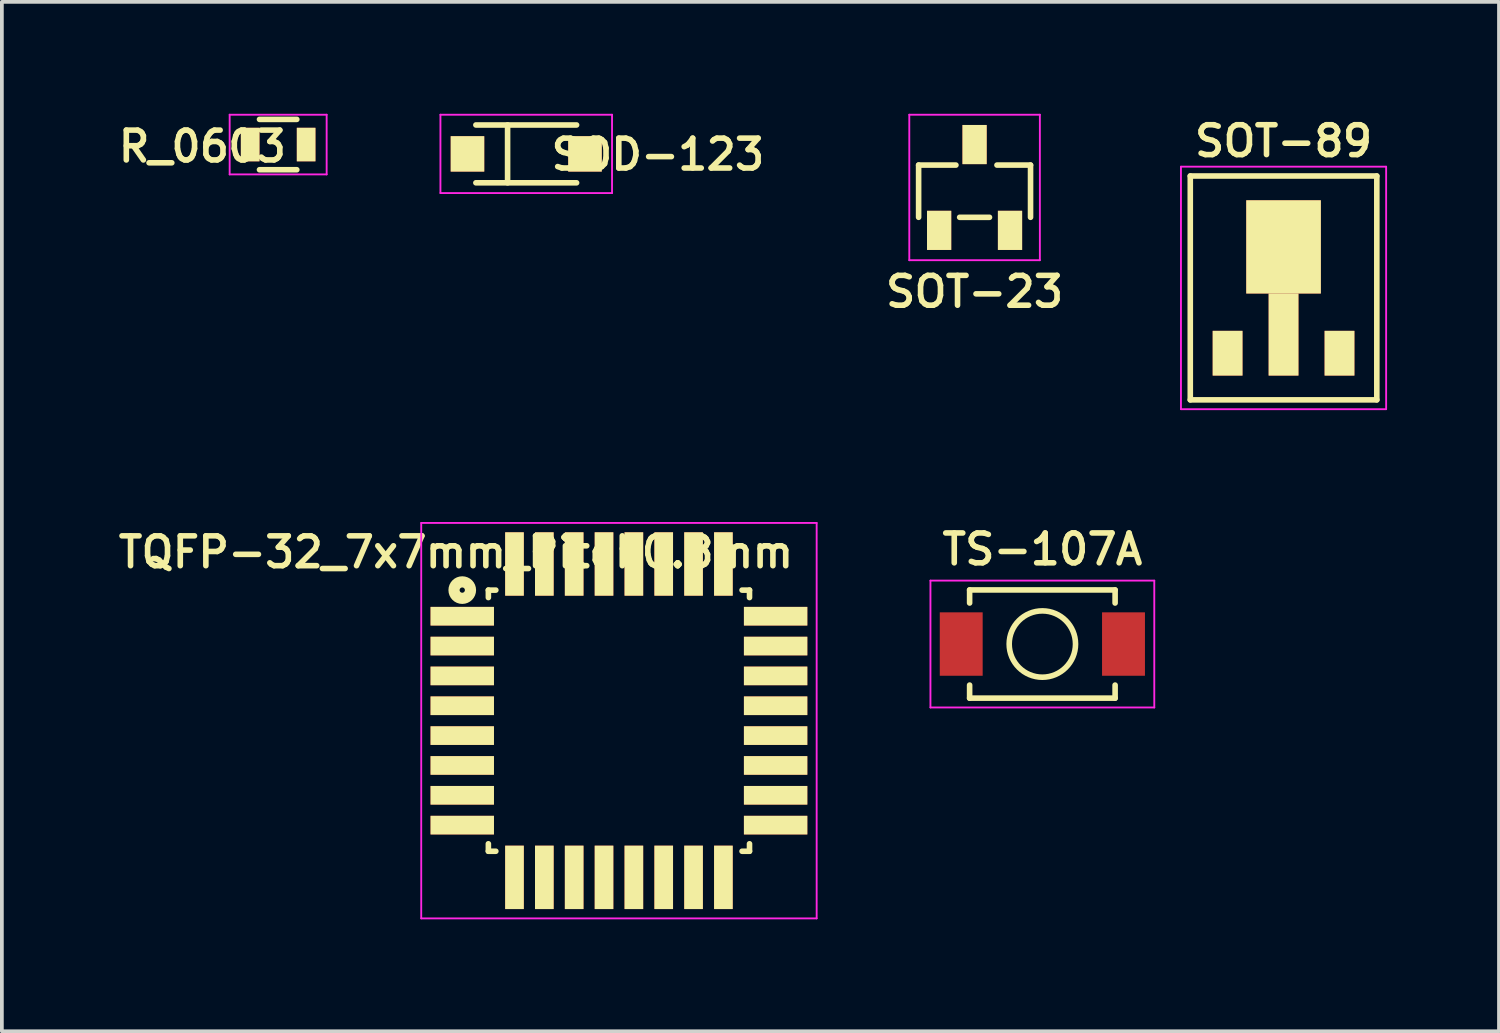
<source format=kicad_pcb>
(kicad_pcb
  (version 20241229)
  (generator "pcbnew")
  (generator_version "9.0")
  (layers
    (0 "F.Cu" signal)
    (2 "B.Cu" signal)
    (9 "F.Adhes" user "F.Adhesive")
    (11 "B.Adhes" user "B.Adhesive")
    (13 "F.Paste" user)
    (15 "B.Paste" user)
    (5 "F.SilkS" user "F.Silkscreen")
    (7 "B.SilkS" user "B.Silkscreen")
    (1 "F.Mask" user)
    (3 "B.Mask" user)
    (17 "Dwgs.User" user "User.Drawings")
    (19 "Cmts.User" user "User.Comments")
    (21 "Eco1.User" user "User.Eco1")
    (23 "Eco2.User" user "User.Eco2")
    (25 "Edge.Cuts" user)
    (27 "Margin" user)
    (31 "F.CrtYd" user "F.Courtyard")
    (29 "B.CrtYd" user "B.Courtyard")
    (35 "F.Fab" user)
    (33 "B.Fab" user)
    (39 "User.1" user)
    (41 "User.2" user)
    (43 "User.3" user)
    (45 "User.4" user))
  (footprint "TS-107A"
    (layer "F.Cu")
    (at 24.891 14.214)
    (property "Reference" "TS-107A" (at 0 -2.54 0) (layer "F.SilkS") (effects (font (size 0.8 0.8) (thickness 0.15))))
    (attr through_hole)
    (fp_line (start -1.95 -1.45) (end 1.95 -1.45) (stroke (width 0.15) (type solid)) (layer "F.SilkS"))
    (fp_line (start -1.95 -1.1) (end -1.95 -1.45) (stroke (width 0.15) (type solid)) (layer "F.SilkS"))
    (fp_line (start -1.95 1.1) (end -1.95 1.45) (stroke (width 0.15) (type solid)) (layer "F.SilkS"))
    (fp_line (start -1.95 1.45) (end 1.95 1.45) (stroke (width 0.15) (type solid)) (layer "F.SilkS"))
    (fp_line (start 1.95 -1.45) (end 1.95 -1.1) (stroke (width 0.15) (type solid)) (layer "F.SilkS"))
    (fp_line (start 1.95 1.45) (end 1.95 1.1) (stroke (width 0.15) (type solid)) (layer "F.SilkS"))
    (fp_circle (center 0 0) (end -0.889 0) (stroke (width 0.15) (type solid)) (fill no) (layer "F.SilkS"))
    (fp_line (start -3 -1.7) (end 3 -1.7) (stroke (width 0.05) (type solid)) (layer "F.CrtYd"))
    (fp_line (start -3 1.7) (end -3 -1.7) (stroke (width 0.05) (type solid)) (layer "F.CrtYd"))
    (fp_line (start 3 -1.7) (end 3 1.7) (stroke (width 0.05) (type solid)) (layer "F.CrtYd"))
    (fp_line (start 3 1.7) (end -3 1.7) (stroke (width 0.05) (type solid)) (layer "F.CrtYd"))
    (pad "1" smd rect (at -2.175 0) (size 1.15 1.7) (layers "F.Cu" "F.Mask" "F.Paste"))
    (pad "2" smd rect (at 2.175 0) (size 1.15 1.7) (layers "F.Cu" "F.Mask" "F.Paste")))
  (footprint "SOT-23"
    (layer "F.Cu")
    (at 23.074 1.975)
    (property "Reference" "SOT-23" (at 0 2.794 0) (layer "F.SilkS") (effects (font (size 0.8 0.8) (thickness 0.15))))
    (attr smd)
    (fp_line (start -1.5 -0.6) (end -0.5 -0.6) (stroke (width 0.15) (type solid)) (layer "F.SilkS"))
    (fp_line (start -1.5 0.8) (end -1.5 -0.6) (stroke (width 0.15) (type solid)) (layer "F.SilkS"))
    (fp_line (start -0.4 0.8) (end 0.4 0.8) (stroke (width 0.15) (type solid)) (layer "F.SilkS"))
    (fp_line (start 0.6 -0.6) (end 1.5 -0.6) (stroke (width 0.15) (type solid)) (layer "F.SilkS"))
    (fp_line (start 1.5 0.8) (end 1.5 -0.6) (stroke (width 0.15) (type solid)) (layer "F.SilkS"))
    (fp_line (start -1.75 -1.95) (end -1.75 1.95) (stroke (width 0.05) (type solid)) (layer "F.CrtYd"))
    (fp_line (start -1.75 1.95) (end 1.75 1.95) (stroke (width 0.05) (type solid)) (layer "F.CrtYd"))
    (fp_line (start 1.75 -1.95) (end -1.75 -1.95) (stroke (width 0.05) (type solid)) (layer "F.CrtYd"))
    (fp_line (start 1.75 1.95) (end 1.75 -1.95) (stroke (width 0.05) (type solid)) (layer "F.CrtYd"))
    (pad "1" smd rect (at -0.95 1.15) (size 0.65 1.05) (layers "F.Cu" "F.Mask" "F.SilkS" "F.Paste"))
    (pad "2" smd rect (at 0.95 1.15) (size 0.65 1.05) (layers "F.Cu" "F.Mask" "F.SilkS" "F.Paste"))
    (pad "3" smd rect (at 0 -1.15) (size 0.65 1.05) (layers "F.Cu" "F.Mask" "F.SilkS" "F.Paste")))
  (footprint "SOD-123"
    (layer "F.Cu")
    (at 11.056 1.075)
    (property "Reference" "SOD-123" (at 3.529 0.016 0) (layer "F.SilkS") (effects (font (size 0.8 0.8) (thickness 0.15))))
    (attr smd)
    (fp_line (start -1.35 -0.775) (end 1.35 -0.775) (stroke (width 0.15) (type solid)) (layer "F.SilkS"))
    (fp_line (start -1.35 0.775) (end 1.35 0.775) (stroke (width 0.15) (type solid)) (layer "F.SilkS"))
    (fp_line (start -0.5 -0.775) (end -0.5 0.775) (stroke (width 0.15) (type solid)) (layer "F.SilkS"))
    (fp_line (start -2.3 -1.05) (end -2.3 1.05) (stroke (width 0.05) (type solid)) (layer "F.CrtYd"))
    (fp_line (start -2.3 1.05) (end 2.3 1.05) (stroke (width 0.05) (type solid)) (layer "F.CrtYd"))
    (fp_line (start 2.3 -1.05) (end -2.3 -1.05) (stroke (width 0.05) (type solid)) (layer "F.CrtYd"))
    (fp_line (start 2.3 1.05) (end 2.3 -1.05) (stroke (width 0.05) (type solid)) (layer "F.CrtYd"))
    (pad "1" smd rect (at -1.575 0) (size 0.9 0.95) (layers "F.Cu" "F.Mask" "F.SilkS" "F.Paste"))
    (pad "2" smd rect (at 1.575 0) (size 0.9 0.95) (layers "F.Cu" "F.Mask" "F.SilkS" "F.Paste")))
  (footprint "R_0603"
    (layer "F.Cu")
    (at 4.406 0.825)
    (property "Reference" "R_0603" (at -2.032 0.05 0) (layer "F.SilkS") (effects (font (size 0.8 0.8) (thickness 0.15))))
    (attr smd)
    (fp_line (start -0.5 -0.675) (end 0.5 -0.675) (stroke (width 0.15) (type solid)) (layer "F.SilkS"))
    (fp_line (start 0.5 0.675) (end -0.5 0.675) (stroke (width 0.15) (type solid)) (layer "F.SilkS"))
    (fp_line (start -1.3 -0.8) (end -1.3 0.8) (stroke (width 0.05) (type solid)) (layer "F.CrtYd"))
    (fp_line (start -1.3 -0.8) (end 1.3 -0.8) (stroke (width 0.05) (type solid)) (layer "F.CrtYd"))
    (fp_line (start -1.3 0.8) (end 1.3 0.8) (stroke (width 0.05) (type solid)) (layer "F.CrtYd"))
    (fp_line (start 1.3 -0.8) (end 1.3 0.8) (stroke (width 0.05) (type solid)) (layer "F.CrtYd"))
    (pad "1" smd rect (at -0.75 0) (size 0.5 0.9) (layers "F.Cu" "F.Mask" "F.SilkS" "F.Paste"))
    (pad "2" smd rect (at 0.75 0) (size 0.5 0.9) (layers "F.Cu" "F.Mask" "F.SilkS" "F.Paste")))
  (footprint "SOT-89"
    (layer "F.Cu")
    (at 31.356 4.668)
    (property "Reference" "SOT-89" (at 0 -3.937 0) (layer "F.SilkS") (effects (font (size 0.8 0.8) (thickness 0.15))))
    (attr smd)
    (fp_line (start -2.5 -3) (end -2.5 3) (stroke (width 0.15) (type solid)) (layer "F.SilkS"))
    (fp_line (start -2.5 -3) (end 2.5 -3) (stroke (width 0.15) (type solid)) (layer "F.SilkS"))
    (fp_line (start 2.5 -3) (end 2.5 3) (stroke (width 0.15) (type solid)) (layer "F.SilkS"))
    (fp_line (start 2.5 3) (end -2.5 3) (stroke (width 0.15) (type solid)) (layer "F.SilkS"))
    (fp_line (start -2.75 -3.25) (end -2.75 3.25) (stroke (width 0.05) (type solid)) (layer "F.CrtYd"))
    (fp_line (start -2.75 3.25) (end 2.75 3.25) (stroke (width 0.05) (type solid)) (layer "F.CrtYd"))
    (fp_line (start 2.75 -3.25) (end -2.75 -3.25) (stroke (width 0.05) (type solid)) (layer "F.CrtYd"))
    (fp_line (start 2.75 3.25) (end 2.75 -3.25) (stroke (width 0.05) (type solid)) (layer "F.CrtYd"))
    (pad "1" smd rect (at -1.5 1.75) (size 0.8 1.2) (layers "F.Cu" "F.Mask" "F.SilkS" "F.Paste"))
    (pad "2" smd rect (at 0 0) (size 2 2.5) (drill (offset 0 -1.1)) (layers "F.Cu" "F.Mask" "F.SilkS" "F.Paste"))
    (pad "2" smd rect (at 0 1.1) (size 0.8 2.2) (drill (offset 0 0.15)) (layers "F.Cu" "F.Mask" "F.SilkS" "F.Paste"))
    (pad "3" smd rect (at 1.5 1.75) (size 0.8 1.2) (layers "F.Cu" "F.Mask" "F.SilkS" "F.Paste")))
  (footprint "TQFP-32_7x7mm_Pitch0.8mm"
    (layer "F.Cu")
    (at 13.541 16.268)
    (property "Reference" "TQFP-32_7x7mm_Pitch0.8mm" (at -4.368 -4.517 0) (layer "F.SilkS") (effects (font (size 0.8 0.8) (thickness 0.15))))
    (attr smd)
    (fp_line (start -3.5 -3.5) (end -3.5 -3.3) (stroke (width 0.15) (type solid)) (layer "F.SilkS"))
    (fp_line (start -3.5 -3.5) (end -3.3 -3.5) (stroke (width 0.15) (type solid)) (layer "F.SilkS"))
    (fp_line (start -3.5 3.5) (end -3.5 3.3) (stroke (width 0.15) (type solid)) (layer "F.SilkS"))
    (fp_line (start -3.5 3.5) (end -3.3 3.5) (stroke (width 0.15) (type solid)) (layer "F.SilkS"))
    (fp_line (start 3.5 -3.5) (end 3.3 -3.5) (stroke (width 0.15) (type solid)) (layer "F.SilkS"))
    (fp_line (start 3.5 -3.5) (end 3.5 -3.3) (stroke (width 0.15) (type solid)) (layer "F.SilkS"))
    (fp_line (start 3.5 3.5) (end 3.3 3.5) (stroke (width 0.15) (type solid)) (layer "F.SilkS"))
    (fp_line (start 3.5 3.5) (end 3.5 3.3) (stroke (width 0.15) (type solid)) (layer "F.SilkS"))
    (fp_circle (center -4.2 -3.5) (end -4.25 -3.55) (stroke (width 0.3) (type solid)) (fill no) (layer "F.SilkS"))
    (fp_line (start -5.3 -5.3) (end -5.3 5.3) (stroke (width 0.05) (type solid)) (layer "F.CrtYd"))
    (fp_line (start -5.3 -5.3) (end 5.3 -5.3) (stroke (width 0.05) (type solid)) (layer "F.CrtYd"))
    (fp_line (start -5.3 5.3) (end 5.3 5.3) (stroke (width 0.05) (type solid)) (layer "F.CrtYd"))
    (fp_line (start 5.3 -5.3) (end 5.3 5.3) (stroke (width 0.05) (type solid)) (layer "F.CrtYd"))
    (pad "1" smd rect (at -4.2 -2.8) (size 1.7 0.5) (layers "F.Cu" "F.Mask" "F.SilkS" "F.Paste"))
    (pad "2" smd rect (at -4.2 -2) (size 1.7 0.5) (layers "F.Cu" "F.Mask" "F.SilkS" "F.Paste"))
    (pad "3" smd rect (at -4.2 -1.2) (size 1.7 0.5) (layers "F.Cu" "F.Mask" "F.SilkS" "F.Paste"))
    (pad "4" smd rect (at -4.2 -0.4) (size 1.7 0.5) (layers "F.Cu" "F.Mask" "F.SilkS" "F.Paste"))
    (pad "5" smd rect (at -4.2 0.4) (size 1.7 0.5) (layers "F.Cu" "F.Mask" "F.SilkS" "F.Paste"))
    (pad "6" smd rect (at -4.2 1.2) (size 1.7 0.5) (layers "F.Cu" "F.Mask" "F.SilkS" "F.Paste"))
    (pad "7" smd rect (at -4.2 2) (size 1.7 0.5) (layers "F.Cu" "F.Mask" "F.SilkS" "F.Paste"))
    (pad "8" smd rect (at -4.2 2.8) (size 1.7 0.5) (layers "F.Cu" "F.Mask" "F.SilkS" "F.Paste"))
    (pad "9" smd rect (at -2.8 4.2 90) (size 1.7 0.5) (layers "F.Cu" "F.Mask" "F.SilkS" "F.Paste"))
    (pad "10" smd rect (at -2 4.2 90) (size 1.7 0.5) (layers "F.Cu" "F.Mask" "F.SilkS" "F.Paste"))
    (pad "11" smd rect (at -1.2 4.2 90) (size 1.7 0.5) (layers "F.Cu" "F.Mask" "F.SilkS" "F.Paste"))
    (pad "12" smd rect (at -0.4 4.2 90) (size 1.7 0.5) (layers "F.Cu" "F.Mask" "F.SilkS" "F.Paste"))
    (pad "13" smd rect (at 0.4 4.2 90) (size 1.7 0.5) (layers "F.Cu" "F.Mask" "F.SilkS" "F.Paste"))
    (pad "14" smd rect (at 1.2 4.2 90) (size 1.7 0.5) (layers "F.Cu" "F.Mask" "F.SilkS" "F.Paste"))
    (pad "15" smd rect (at 2 4.2 90) (size 1.7 0.5) (layers "F.Cu" "F.Mask" "F.SilkS" "F.Paste"))
    (pad "16" smd rect (at 2.8 4.2 90) (size 1.7 0.5) (layers "F.Cu" "F.Mask" "F.SilkS" "F.Paste"))
    (pad "17" smd rect (at 4.2 2.8) (size 1.7 0.5) (layers "F.Cu" "F.Mask" "F.SilkS" "F.Paste"))
    (pad "18" smd rect (at 4.2 2) (size 1.7 0.5) (layers "F.Cu" "F.Mask" "F.SilkS" "F.Paste"))
    (pad "19" smd rect (at 4.2 1.2) (size 1.7 0.5) (layers "F.Cu" "F.Mask" "F.SilkS" "F.Paste"))
    (pad "20" smd rect (at 4.2 0.4) (size 1.7 0.5) (layers "F.Cu" "F.Mask" "F.SilkS" "F.Paste"))
    (pad "21" smd rect (at 4.2 -0.4) (size 1.7 0.5) (layers "F.Cu" "F.Mask" "F.SilkS" "F.Paste"))
    (pad "22" smd rect (at 4.2 -1.2) (size 1.7 0.5) (layers "F.Cu" "F.Mask" "F.SilkS" "F.Paste"))
    (pad "23" smd rect (at 4.2 -2) (size 1.7 0.5) (layers "F.Cu" "F.Mask" "F.SilkS" "F.Paste"))
    (pad "24" smd rect (at 4.2 -2.8) (size 1.7 0.5) (layers "F.Cu" "F.Mask" "F.SilkS" "F.Paste"))
    (pad "25" smd rect (at 2.8 -4.2 90) (size 1.7 0.5) (layers "F.Cu" "F.Mask" "F.SilkS" "F.Paste"))
    (pad "26" smd rect (at 2 -4.2 90) (size 1.7 0.5) (layers "F.Cu" "F.Mask" "F.SilkS" "F.Paste"))
    (pad "27" smd rect (at 1.2 -4.2 90) (size 1.7 0.5) (layers "F.Cu" "F.Mask" "F.SilkS" "F.Paste"))
    (pad "28" smd rect (at 0.4 -4.2 90) (size 1.7 0.5) (layers "F.Cu" "F.Mask" "F.SilkS" "F.Paste"))
    (pad "29" smd rect (at -0.4 -4.2 90) (size 1.7 0.5) (layers "F.Cu" "F.Mask" "F.SilkS" "F.Paste"))
    (pad "30" smd rect (at -1.2 -4.2 90) (size 1.7 0.5) (layers "F.Cu" "F.Mask" "F.SilkS" "F.Paste"))
    (pad "31" smd rect (at -2 -4.2 90) (size 1.7 0.5) (layers "F.Cu" "F.Mask" "F.SilkS" "F.Paste"))
    (pad "32" smd rect (at -2.8 -4.2 90) (size 1.7 0.5) (layers "F.Cu" "F.Mask" "F.SilkS" "F.Paste")))
  (gr_rect
    (start -3 -3)
    (end 37.131 24.593)
    (stroke (width 0.1) (type default))
    (fill no)
    (layer "Edge.Cuts")))
</source>
